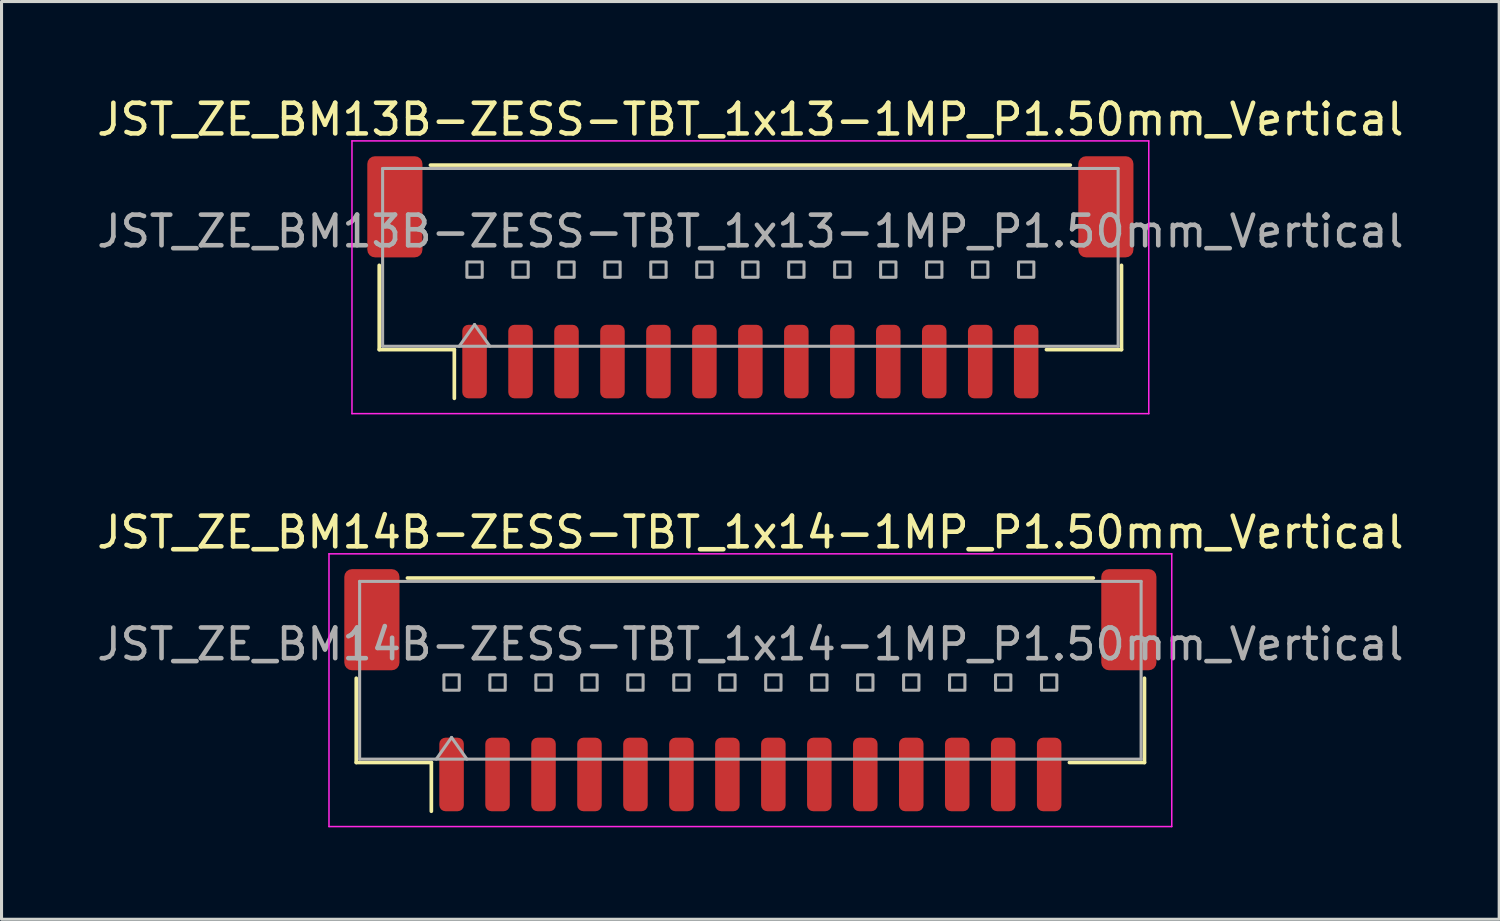
<source format=kicad_pcb>
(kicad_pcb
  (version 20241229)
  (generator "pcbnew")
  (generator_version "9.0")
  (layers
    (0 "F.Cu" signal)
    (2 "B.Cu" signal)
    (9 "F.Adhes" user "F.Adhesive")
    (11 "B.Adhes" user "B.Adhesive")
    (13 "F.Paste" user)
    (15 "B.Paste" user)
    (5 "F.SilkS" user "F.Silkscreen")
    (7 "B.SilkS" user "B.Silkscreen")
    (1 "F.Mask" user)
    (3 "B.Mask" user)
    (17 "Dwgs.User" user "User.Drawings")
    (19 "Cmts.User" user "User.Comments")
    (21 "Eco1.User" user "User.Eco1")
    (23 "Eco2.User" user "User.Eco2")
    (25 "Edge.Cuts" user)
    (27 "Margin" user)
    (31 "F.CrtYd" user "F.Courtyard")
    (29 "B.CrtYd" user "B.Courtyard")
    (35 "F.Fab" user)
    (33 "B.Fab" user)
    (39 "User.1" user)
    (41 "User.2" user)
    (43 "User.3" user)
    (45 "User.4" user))
  (footprint "JST_ZE_BM14B-ZESS-TBT_1x14-1MP_P1.50mm_Vertical"
    (layer "F.Cu")
    (at 21.435 19.471)
    (property "Reference" "JST_ZE_BM14B-ZESS-TBT_1x14-1MP_P1.50mm_Vertical" (at 0 -5.15 0) (layer "F.SilkS") (effects (font (size 1 1) (thickness 0.15))))
    (attr smd)
    (fp_line (start -12.86 -0.39) (end -12.86 2.36) (stroke (width 0.12) (type solid)) (layer "F.SilkS"))
    (fp_line (start -12.86 2.36) (end -10.41 2.36) (stroke (width 0.12) (type solid)) (layer "F.SilkS"))
    (fp_line (start -11.19 -3.66) (end 11.19 -3.66) (stroke (width 0.12) (type solid)) (layer "F.SilkS"))
    (fp_line (start -10.41 2.36) (end -10.41 3.95) (stroke (width 0.12) (type solid)) (layer "F.SilkS"))
    (fp_line (start 12.86 -0.39) (end 12.86 2.36) (stroke (width 0.12) (type solid)) (layer "F.SilkS"))
    (fp_line (start 12.86 2.36) (end 10.41 2.36) (stroke (width 0.12) (type solid)) (layer "F.SilkS"))
    (fp_line (start -13.75 -4.45) (end -13.75 4.45) (stroke (width 0.05) (type solid)) (layer "F.CrtYd"))
    (fp_line (start -13.75 4.45) (end 13.75 4.45) (stroke (width 0.05) (type solid)) (layer "F.CrtYd"))
    (fp_line (start 13.75 -4.45) (end -13.75 -4.45) (stroke (width 0.05) (type solid)) (layer "F.CrtYd"))
    (fp_line (start 13.75 4.45) (end 13.75 -4.45) (stroke (width 0.05) (type solid)) (layer "F.CrtYd"))
    (fp_line (start -12.75 -3.55) (end 12.75 -3.55) (stroke (width 0.1) (type solid)) (layer "F.Fab"))
    (fp_line (start -12.75 2.25) (end -12.75 -3.55) (stroke (width 0.1) (type solid)) (layer "F.Fab"))
    (fp_line (start -12.75 2.25) (end 12.75 2.25) (stroke (width 0.1) (type solid)) (layer "F.Fab"))
    (fp_line (start -10.25 2.25) (end -9.75 1.543) (stroke (width 0.1) (type solid)) (layer "F.Fab"))
    (fp_line (start -9.75 1.543) (end -9.25 2.25) (stroke (width 0.1) (type solid)) (layer "F.Fab"))
    (fp_line (start 12.75 2.25) (end 12.75 -3.55) (stroke (width 0.1) (type solid)) (layer "F.Fab"))
    (fp_rect (start -10 -0.5) (end -9.5 0) (stroke (width 0.1) (type solid)) (fill no) (layer "F.Fab"))
    (fp_rect (start -8.5 -0.5) (end -8 0) (stroke (width 0.1) (type solid)) (fill no) (layer "F.Fab"))
    (fp_rect (start -7 -0.5) (end -6.5 0) (stroke (width 0.1) (type solid)) (fill no) (layer "F.Fab"))
    (fp_rect (start -5.5 -0.5) (end -5 0) (stroke (width 0.1) (type solid)) (fill no) (layer "F.Fab"))
    (fp_rect (start -4 -0.5) (end -3.5 0) (stroke (width 0.1) (type solid)) (fill no) (layer "F.Fab"))
    (fp_rect (start -2.5 -0.5) (end -2 0) (stroke (width 0.1) (type solid)) (fill no) (layer "F.Fab"))
    (fp_rect (start -1 -0.5) (end -0.5 0) (stroke (width 0.1) (type solid)) (fill no) (layer "F.Fab"))
    (fp_rect (start 0.5 -0.5) (end 1 0) (stroke (width 0.1) (type solid)) (fill no) (layer "F.Fab"))
    (fp_rect (start 2 -0.5) (end 2.5 0) (stroke (width 0.1) (type solid)) (fill no) (layer "F.Fab"))
    (fp_rect (start 3.5 -0.5) (end 4 0) (stroke (width 0.1) (type solid)) (fill no) (layer "F.Fab"))
    (fp_rect (start 5 -0.5) (end 5.5 0) (stroke (width 0.1) (type solid)) (fill no) (layer "F.Fab"))
    (fp_rect (start 6.5 -0.5) (end 7 0) (stroke (width 0.1) (type solid)) (fill no) (layer "F.Fab"))
    (fp_rect (start 8 -0.5) (end 8.5 0) (stroke (width 0.1) (type solid)) (fill no) (layer "F.Fab"))
    (fp_rect (start 9.5 -0.5) (end 10 0) (stroke (width 0.1) (type solid)) (fill no) (layer "F.Fab"))
    (fp_text user "${REFERENCE}" (at 0 -1.5 0) (layer "F.Fab") (effects (font (size 1 1) (thickness 0.15))))
    (pad "1" smd roundrect (at -9.75 2.75) (size 0.8 2.4) (layers "F.Cu" "F.Mask" "F.Paste") (roundrect_rratio 0.25))
    (pad "2" smd roundrect (at -8.25 2.75) (size 0.8 2.4) (layers "F.Cu" "F.Mask" "F.Paste") (roundrect_rratio 0.25))
    (pad "3" smd roundrect (at -6.75 2.75) (size 0.8 2.4) (layers "F.Cu" "F.Mask" "F.Paste") (roundrect_rratio 0.25))
    (pad "4" smd roundrect (at -5.25 2.75) (size 0.8 2.4) (layers "F.Cu" "F.Mask" "F.Paste") (roundrect_rratio 0.25))
    (pad "5" smd roundrect (at -3.75 2.75) (size 0.8 2.4) (layers "F.Cu" "F.Mask" "F.Paste") (roundrect_rratio 0.25))
    (pad "6" smd roundrect (at -2.25 2.75) (size 0.8 2.4) (layers "F.Cu" "F.Mask" "F.Paste") (roundrect_rratio 0.25))
    (pad "7" smd roundrect (at -0.75 2.75) (size 0.8 2.4) (layers "F.Cu" "F.Mask" "F.Paste") (roundrect_rratio 0.25))
    (pad "8" smd roundrect (at 0.75 2.75) (size 0.8 2.4) (layers "F.Cu" "F.Mask" "F.Paste") (roundrect_rratio 0.25))
    (pad "9" smd roundrect (at 2.25 2.75) (size 0.8 2.4) (layers "F.Cu" "F.Mask" "F.Paste") (roundrect_rratio 0.25))
    (pad "10" smd roundrect (at 3.75 2.75) (size 0.8 2.4) (layers "F.Cu" "F.Mask" "F.Paste") (roundrect_rratio 0.25))
    (pad "11" smd roundrect (at 5.25 2.75) (size 0.8 2.4) (layers "F.Cu" "F.Mask" "F.Paste") (roundrect_rratio 0.25))
    (pad "12" smd roundrect (at 6.75 2.75) (size 0.8 2.4) (layers "F.Cu" "F.Mask" "F.Paste") (roundrect_rratio 0.25))
    (pad "13" smd roundrect (at 8.25 2.75) (size 0.8 2.4) (layers "F.Cu" "F.Mask" "F.Paste") (roundrect_rratio 0.25))
    (pad "14" smd roundrect (at 9.75 2.75) (size 0.8 2.4) (layers "F.Cu" "F.Mask" "F.Paste") (roundrect_rratio 0.25))
    (pad "MP" smd roundrect (at -12.35 -2.3) (size 1.8 3.3) (layers "F.Cu" "F.Mask" "F.Paste") (roundrect_rratio 0.139))
    (pad "MP" smd roundrect (at 12.35 -2.3) (size 1.8 3.3) (layers "F.Cu" "F.Mask" "F.Paste") (roundrect_rratio 0.139)))
  (footprint "JST_ZE_BM13B-ZESS-TBT_1x13-1MP_P1.50mm_Vertical"
    (layer "F.Cu")
    (at 21.435 5.998)
    (property "Reference" "JST_ZE_BM13B-ZESS-TBT_1x13-1MP_P1.50mm_Vertical" (at 0 -5.15 0) (layer "F.SilkS") (effects (font (size 1 1) (thickness 0.15))))
    (attr smd)
    (fp_line (start -12.11 -0.39) (end -12.11 2.36) (stroke (width 0.12) (type solid)) (layer "F.SilkS"))
    (fp_line (start -12.11 2.36) (end -9.66 2.36) (stroke (width 0.12) (type solid)) (layer "F.SilkS"))
    (fp_line (start -10.44 -3.66) (end 10.44 -3.66) (stroke (width 0.12) (type solid)) (layer "F.SilkS"))
    (fp_line (start -9.66 2.36) (end -9.66 3.95) (stroke (width 0.12) (type solid)) (layer "F.SilkS"))
    (fp_line (start 12.11 -0.39) (end 12.11 2.36) (stroke (width 0.12) (type solid)) (layer "F.SilkS"))
    (fp_line (start 12.11 2.36) (end 9.66 2.36) (stroke (width 0.12) (type solid)) (layer "F.SilkS"))
    (fp_line (start -13 -4.45) (end -13 4.45) (stroke (width 0.05) (type solid)) (layer "F.CrtYd"))
    (fp_line (start -13 4.45) (end 13 4.45) (stroke (width 0.05) (type solid)) (layer "F.CrtYd"))
    (fp_line (start 13 -4.45) (end -13 -4.45) (stroke (width 0.05) (type solid)) (layer "F.CrtYd"))
    (fp_line (start 13 4.45) (end 13 -4.45) (stroke (width 0.05) (type solid)) (layer "F.CrtYd"))
    (fp_line (start -12 -3.55) (end 12 -3.55) (stroke (width 0.1) (type solid)) (layer "F.Fab"))
    (fp_line (start -12 2.25) (end -12 -3.55) (stroke (width 0.1) (type solid)) (layer "F.Fab"))
    (fp_line (start -12 2.25) (end 12 2.25) (stroke (width 0.1) (type solid)) (layer "F.Fab"))
    (fp_line (start -9.5 2.25) (end -9 1.543) (stroke (width 0.1) (type solid)) (layer "F.Fab"))
    (fp_line (start -9 1.543) (end -8.5 2.25) (stroke (width 0.1) (type solid)) (layer "F.Fab"))
    (fp_line (start 12 2.25) (end 12 -3.55) (stroke (width 0.1) (type solid)) (layer "F.Fab"))
    (fp_rect (start -9.25 -0.5) (end -8.75 0) (stroke (width 0.1) (type solid)) (fill no) (layer "F.Fab"))
    (fp_rect (start -7.75 -0.5) (end -7.25 0) (stroke (width 0.1) (type solid)) (fill no) (layer "F.Fab"))
    (fp_rect (start -6.25 -0.5) (end -5.75 0) (stroke (width 0.1) (type solid)) (fill no) (layer "F.Fab"))
    (fp_rect (start -4.75 -0.5) (end -4.25 0) (stroke (width 0.1) (type solid)) (fill no) (layer "F.Fab"))
    (fp_rect (start -3.25 -0.5) (end -2.75 0) (stroke (width 0.1) (type solid)) (fill no) (layer "F.Fab"))
    (fp_rect (start -1.75 -0.5) (end -1.25 0) (stroke (width 0.1) (type solid)) (fill no) (layer "F.Fab"))
    (fp_rect (start -0.25 -0.5) (end 0.25 0) (stroke (width 0.1) (type solid)) (fill no) (layer "F.Fab"))
    (fp_rect (start 1.25 -0.5) (end 1.75 0) (stroke (width 0.1) (type solid)) (fill no) (layer "F.Fab"))
    (fp_rect (start 2.75 -0.5) (end 3.25 0) (stroke (width 0.1) (type solid)) (fill no) (layer "F.Fab"))
    (fp_rect (start 4.25 -0.5) (end 4.75 0) (stroke (width 0.1) (type solid)) (fill no) (layer "F.Fab"))
    (fp_rect (start 5.75 -0.5) (end 6.25 0) (stroke (width 0.1) (type solid)) (fill no) (layer "F.Fab"))
    (fp_rect (start 7.25 -0.5) (end 7.75 0) (stroke (width 0.1) (type solid)) (fill no) (layer "F.Fab"))
    (fp_rect (start 8.75 -0.5) (end 9.25 0) (stroke (width 0.1) (type solid)) (fill no) (layer "F.Fab"))
    (fp_text user "${REFERENCE}" (at 0 -1.5 0) (layer "F.Fab") (effects (font (size 1 1) (thickness 0.15))))
    (pad "1" smd roundrect (at -9 2.75) (size 0.8 2.4) (layers "F.Cu" "F.Mask" "F.Paste") (roundrect_rratio 0.25))
    (pad "2" smd roundrect (at -7.5 2.75) (size 0.8 2.4) (layers "F.Cu" "F.Mask" "F.Paste") (roundrect_rratio 0.25))
    (pad "3" smd roundrect (at -6 2.75) (size 0.8 2.4) (layers "F.Cu" "F.Mask" "F.Paste") (roundrect_rratio 0.25))
    (pad "4" smd roundrect (at -4.5 2.75) (size 0.8 2.4) (layers "F.Cu" "F.Mask" "F.Paste") (roundrect_rratio 0.25))
    (pad "5" smd roundrect (at -3 2.75) (size 0.8 2.4) (layers "F.Cu" "F.Mask" "F.Paste") (roundrect_rratio 0.25))
    (pad "6" smd roundrect (at -1.5 2.75) (size 0.8 2.4) (layers "F.Cu" "F.Mask" "F.Paste") (roundrect_rratio 0.25))
    (pad "7" smd roundrect (at 0 2.75) (size 0.8 2.4) (layers "F.Cu" "F.Mask" "F.Paste") (roundrect_rratio 0.25))
    (pad "8" smd roundrect (at 1.5 2.75) (size 0.8 2.4) (layers "F.Cu" "F.Mask" "F.Paste") (roundrect_rratio 0.25))
    (pad "9" smd roundrect (at 3 2.75) (size 0.8 2.4) (layers "F.Cu" "F.Mask" "F.Paste") (roundrect_rratio 0.25))
    (pad "10" smd roundrect (at 4.5 2.75) (size 0.8 2.4) (layers "F.Cu" "F.Mask" "F.Paste") (roundrect_rratio 0.25))
    (pad "11" smd roundrect (at 6 2.75) (size 0.8 2.4) (layers "F.Cu" "F.Mask" "F.Paste") (roundrect_rratio 0.25))
    (pad "12" smd roundrect (at 7.5 2.75) (size 0.8 2.4) (layers "F.Cu" "F.Mask" "F.Paste") (roundrect_rratio 0.25))
    (pad "13" smd roundrect (at 9 2.75) (size 0.8 2.4) (layers "F.Cu" "F.Mask" "F.Paste") (roundrect_rratio 0.25))
    (pad "MP" smd roundrect (at -11.6 -2.3) (size 1.8 3.3) (layers "F.Cu" "F.Mask" "F.Paste") (roundrect_rratio 0.139))
    (pad "MP" smd roundrect (at 11.6 -2.3) (size 1.8 3.3) (layers "F.Cu" "F.Mask" "F.Paste") (roundrect_rratio 0.139)))
  (gr_rect
    (start -3 -3)
    (end 45.869 26.947)
    (stroke (width 0.1) (type default))
    (fill no)
    (layer "Edge.Cuts")))
</source>
